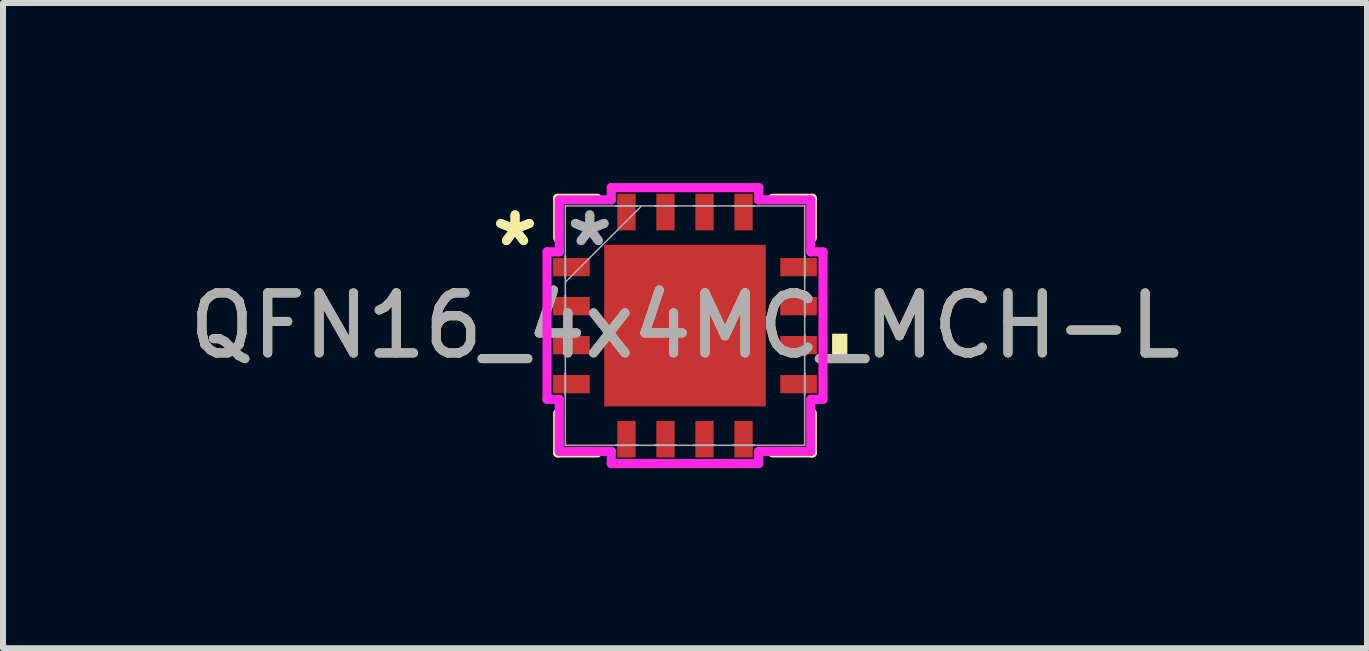
<source format=kicad_pcb>
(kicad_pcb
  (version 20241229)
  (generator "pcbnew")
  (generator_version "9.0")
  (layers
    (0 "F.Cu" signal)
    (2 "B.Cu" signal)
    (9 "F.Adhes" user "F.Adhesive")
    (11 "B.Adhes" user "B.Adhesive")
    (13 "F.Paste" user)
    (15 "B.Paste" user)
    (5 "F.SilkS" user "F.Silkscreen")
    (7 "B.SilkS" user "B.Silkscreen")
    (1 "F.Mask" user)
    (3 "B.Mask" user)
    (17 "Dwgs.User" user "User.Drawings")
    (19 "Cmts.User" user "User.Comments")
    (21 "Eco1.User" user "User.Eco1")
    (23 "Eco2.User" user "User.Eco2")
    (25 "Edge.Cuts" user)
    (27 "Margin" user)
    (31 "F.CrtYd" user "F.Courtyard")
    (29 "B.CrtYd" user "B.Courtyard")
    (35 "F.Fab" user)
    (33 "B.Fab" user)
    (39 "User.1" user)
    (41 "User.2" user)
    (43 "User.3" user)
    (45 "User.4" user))
  (footprint "QFN16_4x4MC_MCH-L"
    (layer "F.Cu")
    (at 8.363 2.375)
    (property "Reference" "QFN16_4x4MC_MCH-L" (at 0 0 0) (unlocked yes) (layer "F.SilkS") (effects (font (size 1 1) (thickness 0.15))))
    (attr smd)
    (fp_line (start -2.121 -2.121) (end -2.121 -1.46) (stroke (width 0.152) (type solid)) (layer "F.SilkS"))
    (fp_line (start -2.121 1.46) (end -2.121 2.121) (stroke (width 0.152) (type solid)) (layer "F.SilkS"))
    (fp_line (start -2.121 2.121) (end -1.46 2.121) (stroke (width 0.152) (type solid)) (layer "F.SilkS"))
    (fp_line (start -1.46 -2.121) (end -2.121 -2.121) (stroke (width 0.152) (type solid)) (layer "F.SilkS"))
    (fp_line (start 1.46 2.121) (end 2.121 2.121) (stroke (width 0.152) (type solid)) (layer "F.SilkS"))
    (fp_line (start 2.121 -2.121) (end 1.46 -2.121) (stroke (width 0.152) (type solid)) (layer "F.SilkS"))
    (fp_line (start 2.121 -1.46) (end 2.121 -2.121) (stroke (width 0.152) (type solid)) (layer "F.SilkS"))
    (fp_line (start 2.121 2.121) (end 2.121 1.46) (stroke (width 0.152) (type solid)) (layer "F.SilkS"))
    (fp_poly (pts (xy 2.705 0.135) (xy 2.705 0.516) (xy 2.451 0.516) (xy 2.451 0.135)) (stroke (width 0) (type solid)) (fill yes) (layer "F.SilkS"))
    (fp_poly (pts (xy -1.246 -1.246) (xy -1.246 -0.1) (xy -0.1 -0.1) (xy -0.1 -1.246)) (stroke (width 0) (type solid)) (fill yes) (layer "F.Paste"))
    (fp_poly (pts (xy -1.246 0.1) (xy -1.246 1.246) (xy -0.1 1.246) (xy -0.1 0.1)) (stroke (width 0) (type solid)) (fill yes) (layer "F.Paste"))
    (fp_poly (pts (xy 0.1 -1.246) (xy 0.1 -0.1) (xy 1.246 -0.1) (xy 1.246 -1.246)) (stroke (width 0) (type solid)) (fill yes) (layer "F.Paste"))
    (fp_poly (pts (xy 0.1 0.1) (xy 0.1 1.246) (xy 1.246 1.246) (xy 1.246 0.1)) (stroke (width 0) (type solid)) (fill yes) (layer "F.Paste"))
    (fp_line (start -2.299 -1.229) (end -2.095 -1.229) (stroke (width 0.152) (type solid)) (layer "F.CrtYd"))
    (fp_line (start -2.299 1.229) (end -2.299 -1.229) (stroke (width 0.152) (type solid)) (layer "F.CrtYd"))
    (fp_line (start -2.095 -2.095) (end -1.229 -2.095) (stroke (width 0.152) (type solid)) (layer "F.CrtYd"))
    (fp_line (start -2.095 -1.229) (end -2.095 -2.095) (stroke (width 0.152) (type solid)) (layer "F.CrtYd"))
    (fp_line (start -2.095 1.229) (end -2.299 1.229) (stroke (width 0.152) (type solid)) (layer "F.CrtYd"))
    (fp_line (start -2.095 2.095) (end -2.095 1.229) (stroke (width 0.152) (type solid)) (layer "F.CrtYd"))
    (fp_line (start -1.229 -2.299) (end 1.229 -2.299) (stroke (width 0.152) (type solid)) (layer "F.CrtYd"))
    (fp_line (start -1.229 -2.095) (end -1.229 -2.299) (stroke (width 0.152) (type solid)) (layer "F.CrtYd"))
    (fp_line (start -1.229 2.095) (end -2.095 2.095) (stroke (width 0.152) (type solid)) (layer "F.CrtYd"))
    (fp_line (start -1.229 2.299) (end -1.229 2.095) (stroke (width 0.152) (type solid)) (layer "F.CrtYd"))
    (fp_line (start 1.229 -2.299) (end 1.229 -2.095) (stroke (width 0.152) (type solid)) (layer "F.CrtYd"))
    (fp_line (start 1.229 -2.095) (end 2.095 -2.095) (stroke (width 0.152) (type solid)) (layer "F.CrtYd"))
    (fp_line (start 1.229 2.095) (end 1.229 2.299) (stroke (width 0.152) (type solid)) (layer "F.CrtYd"))
    (fp_line (start 1.229 2.299) (end -1.229 2.299) (stroke (width 0.152) (type solid)) (layer "F.CrtYd"))
    (fp_line (start 2.095 -2.095) (end 2.095 -1.229) (stroke (width 0.152) (type solid)) (layer "F.CrtYd"))
    (fp_line (start 2.095 -1.229) (end 2.299 -1.229) (stroke (width 0.152) (type solid)) (layer "F.CrtYd"))
    (fp_line (start 2.095 1.229) (end 2.095 2.095) (stroke (width 0.152) (type solid)) (layer "F.CrtYd"))
    (fp_line (start 2.095 2.095) (end 1.229 2.095) (stroke (width 0.152) (type solid)) (layer "F.CrtYd"))
    (fp_line (start 2.299 -1.229) (end 2.299 1.229) (stroke (width 0.152) (type solid)) (layer "F.CrtYd"))
    (fp_line (start 2.299 1.229) (end 2.095 1.229) (stroke (width 0.152) (type solid)) (layer "F.CrtYd"))
    (fp_line (start -1.994 -1.994) (end -1.994 -1.994) (stroke (width 0.025) (type solid)) (layer "F.Fab"))
    (fp_line (start -1.994 -1.994) (end -1.994 1.994) (stroke (width 0.025) (type solid)) (layer "F.Fab"))
    (fp_line (start -1.994 -1.153) (end -1.994 -1.153) (stroke (width 0.025) (type solid)) (layer "F.Fab"))
    (fp_line (start -1.994 -1.153) (end -1.994 -0.797) (stroke (width 0.025) (type solid)) (layer "F.Fab"))
    (fp_line (start -1.994 -0.797) (end -1.994 -1.153) (stroke (width 0.025) (type solid)) (layer "F.Fab"))
    (fp_line (start -1.994 -0.797) (end -1.994 -0.797) (stroke (width 0.025) (type solid)) (layer "F.Fab"))
    (fp_line (start -1.994 -0.724) (end -0.724 -1.994) (stroke (width 0.025) (type solid)) (layer "F.Fab"))
    (fp_line (start -1.994 -0.503) (end -1.994 -0.503) (stroke (width 0.025) (type solid)) (layer "F.Fab"))
    (fp_line (start -1.994 -0.503) (end -1.994 -0.147) (stroke (width 0.025) (type solid)) (layer "F.Fab"))
    (fp_line (start -1.994 -0.147) (end -1.994 -0.503) (stroke (width 0.025) (type solid)) (layer "F.Fab"))
    (fp_line (start -1.994 -0.147) (end -1.994 -0.147) (stroke (width 0.025) (type solid)) (layer "F.Fab"))
    (fp_line (start -1.994 0.147) (end -1.994 0.147) (stroke (width 0.025) (type solid)) (layer "F.Fab"))
    (fp_line (start -1.994 0.147) (end -1.994 0.503) (stroke (width 0.025) (type solid)) (layer "F.Fab"))
    (fp_line (start -1.994 0.503) (end -1.994 0.147) (stroke (width 0.025) (type solid)) (layer "F.Fab"))
    (fp_line (start -1.994 0.503) (end -1.994 0.503) (stroke (width 0.025) (type solid)) (layer "F.Fab"))
    (fp_line (start -1.994 0.797) (end -1.994 0.797) (stroke (width 0.025) (type solid)) (layer "F.Fab"))
    (fp_line (start -1.994 0.797) (end -1.994 1.153) (stroke (width 0.025) (type solid)) (layer "F.Fab"))
    (fp_line (start -1.994 1.153) (end -1.994 0.797) (stroke (width 0.025) (type solid)) (layer "F.Fab"))
    (fp_line (start -1.994 1.153) (end -1.994 1.153) (stroke (width 0.025) (type solid)) (layer "F.Fab"))
    (fp_line (start -1.994 1.994) (end -1.994 1.994) (stroke (width 0.025) (type solid)) (layer "F.Fab"))
    (fp_line (start -1.994 1.994) (end 1.994 1.994) (stroke (width 0.025) (type solid)) (layer "F.Fab"))
    (fp_line (start -1.153 -1.994) (end -1.153 -1.994) (stroke (width 0.025) (type solid)) (layer "F.Fab"))
    (fp_line (start -1.153 -1.994) (end -0.797 -1.994) (stroke (width 0.025) (type solid)) (layer "F.Fab"))
    (fp_line (start -1.153 1.994) (end -1.153 1.994) (stroke (width 0.025) (type solid)) (layer "F.Fab"))
    (fp_line (start -1.153 1.994) (end -0.797 1.994) (stroke (width 0.025) (type solid)) (layer "F.Fab"))
    (fp_line (start -0.797 -1.994) (end -1.153 -1.994) (stroke (width 0.025) (type solid)) (layer "F.Fab"))
    (fp_line (start -0.797 -1.994) (end -0.797 -1.994) (stroke (width 0.025) (type solid)) (layer "F.Fab"))
    (fp_line (start -0.797 1.994) (end -1.153 1.994) (stroke (width 0.025) (type solid)) (layer "F.Fab"))
    (fp_line (start -0.797 1.994) (end -0.797 1.994) (stroke (width 0.025) (type solid)) (layer "F.Fab"))
    (fp_line (start -0.503 -1.994) (end -0.503 -1.994) (stroke (width 0.025) (type solid)) (layer "F.Fab"))
    (fp_line (start -0.503 -1.994) (end -0.147 -1.994) (stroke (width 0.025) (type solid)) (layer "F.Fab"))
    (fp_line (start -0.503 1.994) (end -0.503 1.994) (stroke (width 0.025) (type solid)) (layer "F.Fab"))
    (fp_line (start -0.503 1.994) (end -0.147 1.994) (stroke (width 0.025) (type solid)) (layer "F.Fab"))
    (fp_line (start -0.147 -1.994) (end -0.503 -1.994) (stroke (width 0.025) (type solid)) (layer "F.Fab"))
    (fp_line (start -0.147 -1.994) (end -0.147 -1.994) (stroke (width 0.025) (type solid)) (layer "F.Fab"))
    (fp_line (start -0.147 1.994) (end -0.503 1.994) (stroke (width 0.025) (type solid)) (layer "F.Fab"))
    (fp_line (start -0.147 1.994) (end -0.147 1.994) (stroke (width 0.025) (type solid)) (layer "F.Fab"))
    (fp_line (start 0.147 -1.994) (end 0.147 -1.994) (stroke (width 0.025) (type solid)) (layer "F.Fab"))
    (fp_line (start 0.147 -1.994) (end 0.503 -1.994) (stroke (width 0.025) (type solid)) (layer "F.Fab"))
    (fp_line (start 0.147 1.994) (end 0.147 1.994) (stroke (width 0.025) (type solid)) (layer "F.Fab"))
    (fp_line (start 0.147 1.994) (end 0.503 1.994) (stroke (width 0.025) (type solid)) (layer "F.Fab"))
    (fp_line (start 0.503 -1.994) (end 0.147 -1.994) (stroke (width 0.025) (type solid)) (layer "F.Fab"))
    (fp_line (start 0.503 -1.994) (end 0.503 -1.994) (stroke (width 0.025) (type solid)) (layer "F.Fab"))
    (fp_line (start 0.503 1.994) (end 0.147 1.994) (stroke (width 0.025) (type solid)) (layer "F.Fab"))
    (fp_line (start 0.503 1.994) (end 0.503 1.994) (stroke (width 0.025) (type solid)) (layer "F.Fab"))
    (fp_line (start 0.797 -1.994) (end 0.797 -1.994) (stroke (width 0.025) (type solid)) (layer "F.Fab"))
    (fp_line (start 0.797 -1.994) (end 1.153 -1.994) (stroke (width 0.025) (type solid)) (layer "F.Fab"))
    (fp_line (start 0.797 1.994) (end 0.797 1.994) (stroke (width 0.025) (type solid)) (layer "F.Fab"))
    (fp_line (start 0.797 1.994) (end 1.153 1.994) (stroke (width 0.025) (type solid)) (layer "F.Fab"))
    (fp_line (start 1.153 -1.994) (end 0.797 -1.994) (stroke (width 0.025) (type solid)) (layer "F.Fab"))
    (fp_line (start 1.153 -1.994) (end 1.153 -1.994) (stroke (width 0.025) (type solid)) (layer "F.Fab"))
    (fp_line (start 1.153 1.994) (end 0.797 1.994) (stroke (width 0.025) (type solid)) (layer "F.Fab"))
    (fp_line (start 1.153 1.994) (end 1.153 1.994) (stroke (width 0.025) (type solid)) (layer "F.Fab"))
    (fp_line (start 1.994 -1.994) (end -1.994 -1.994) (stroke (width 0.025) (type solid)) (layer "F.Fab"))
    (fp_line (start 1.994 -1.994) (end 1.994 -1.994) (stroke (width 0.025) (type solid)) (layer "F.Fab"))
    (fp_line (start 1.994 -1.153) (end 1.994 -1.153) (stroke (width 0.025) (type solid)) (layer "F.Fab"))
    (fp_line (start 1.994 -1.153) (end 1.994 -0.797) (stroke (width 0.025) (type solid)) (layer "F.Fab"))
    (fp_line (start 1.994 -0.797) (end 1.994 -1.153) (stroke (width 0.025) (type solid)) (layer "F.Fab"))
    (fp_line (start 1.994 -0.797) (end 1.994 -0.797) (stroke (width 0.025) (type solid)) (layer "F.Fab"))
    (fp_line (start 1.994 -0.503) (end 1.994 -0.503) (stroke (width 0.025) (type solid)) (layer "F.Fab"))
    (fp_line (start 1.994 -0.503) (end 1.994 -0.147) (stroke (width 0.025) (type solid)) (layer "F.Fab"))
    (fp_line (start 1.994 -0.147) (end 1.994 -0.503) (stroke (width 0.025) (type solid)) (layer "F.Fab"))
    (fp_line (start 1.994 -0.147) (end 1.994 -0.147) (stroke (width 0.025) (type solid)) (layer "F.Fab"))
    (fp_line (start 1.994 0.147) (end 1.994 0.147) (stroke (width 0.025) (type solid)) (layer "F.Fab"))
    (fp_line (start 1.994 0.147) (end 1.994 0.503) (stroke (width 0.025) (type solid)) (layer "F.Fab"))
    (fp_line (start 1.994 0.503) (end 1.994 0.147) (stroke (width 0.025) (type solid)) (layer "F.Fab"))
    (fp_line (start 1.994 0.503) (end 1.994 0.503) (stroke (width 0.025) (type solid)) (layer "F.Fab"))
    (fp_line (start 1.994 0.797) (end 1.994 0.797) (stroke (width 0.025) (type solid)) (layer "F.Fab"))
    (fp_line (start 1.994 0.797) (end 1.994 1.153) (stroke (width 0.025) (type solid)) (layer "F.Fab"))
    (fp_line (start 1.994 1.153) (end 1.994 0.797) (stroke (width 0.025) (type solid)) (layer "F.Fab"))
    (fp_line (start 1.994 1.153) (end 1.994 1.153) (stroke (width 0.025) (type solid)) (layer "F.Fab"))
    (fp_line (start 1.994 1.994) (end 1.994 -1.994) (stroke (width 0.025) (type solid)) (layer "F.Fab"))
    (fp_line (start 1.994 1.994) (end 1.994 1.994) (stroke (width 0.025) (type solid)) (layer "F.Fab"))
    (fp_text user "*" (at -2.832 -1.3 0) (unlocked yes) (layer "F.SilkS") (effects (font (size 1 1) (thickness 0.15))))
    (fp_text user "*" (at -2.832 -1.3 0) (layer "F.SilkS") (effects (font (size 1 1) (thickness 0.15))))
    (fp_text user "*" (at -1.587 -1.3 0) (layer "F.Fab") (effects (font (size 1 1) (thickness 0.15))))
    (fp_text user "*" (at -1.587 -1.3 0) (unlocked yes) (layer "F.Fab") (effects (font (size 1 1) (thickness 0.15))))
    (fp_text user "${REFERENCE}" (at 0 0 0) (unlocked yes) (layer "F.Fab") (effects (font (size 1 1) (thickness 0.15))))
    (pad "1" smd rect (at -1.892 -0.975 90) (size 0.305 0.61) (layers "F.Cu" "F.Mask" "F.Paste"))
    (pad "2" smd rect (at -1.892 -0.325 90) (size 0.305 0.61) (layers "F.Cu" "F.Mask" "F.Paste"))
    (pad "3" smd rect (at -1.892 0.325 90) (size 0.305 0.61) (layers "F.Cu" "F.Mask" "F.Paste"))
    (pad "4" smd rect (at -1.892 0.975 90) (size 0.305 0.61) (layers "F.Cu" "F.Mask" "F.Paste"))
    (pad "5" smd rect (at -0.975 1.892) (size 0.305 0.61) (layers "F.Cu" "F.Mask" "F.Paste"))
    (pad "6" smd rect (at -0.325 1.892) (size 0.305 0.61) (layers "F.Cu" "F.Mask" "F.Paste"))
    (pad "7" smd rect (at 0.325 1.892) (size 0.305 0.61) (layers "F.Cu" "F.Mask" "F.Paste"))
    (pad "8" smd rect (at 0.975 1.892) (size 0.305 0.61) (layers "F.Cu" "F.Mask" "F.Paste"))
    (pad "9" smd rect (at 1.892 0.975 90) (size 0.305 0.61) (layers "F.Cu" "F.Mask" "F.Paste"))
    (pad "10" smd rect (at 1.892 0.325 90) (size 0.305 0.61) (layers "F.Cu" "F.Mask" "F.Paste"))
    (pad "11" smd rect (at 1.892 -0.325 90) (size 0.305 0.61) (layers "F.Cu" "F.Mask" "F.Paste"))
    (pad "12" smd rect (at 1.892 -0.975 90) (size 0.305 0.61) (layers "F.Cu" "F.Mask" "F.Paste"))
    (pad "13" smd rect (at 0.975 -1.892) (size 0.305 0.61) (layers "F.Cu" "F.Mask" "F.Paste"))
    (pad "14" smd rect (at 0.325 -1.892) (size 0.305 0.61) (layers "F.Cu" "F.Mask" "F.Paste"))
    (pad "15" smd rect (at -0.325 -1.892) (size 0.305 0.61) (layers "F.Cu" "F.Mask" "F.Paste"))
    (pad "16" smd rect (at -0.975 -1.892) (size 0.305 0.61) (layers "F.Cu" "F.Mask" "F.Paste"))
    (pad "17" smd rect (at 0 0) (size 2.692 2.692) (layers "F.Cu" "F.Mask" "F.Paste")))
  (gr_rect
    (start -3 -3)
    (end 19.726 7.75)
    (stroke (width 0.1) (type default))
    (fill no)
    (layer "Edge.Cuts")))
</source>
